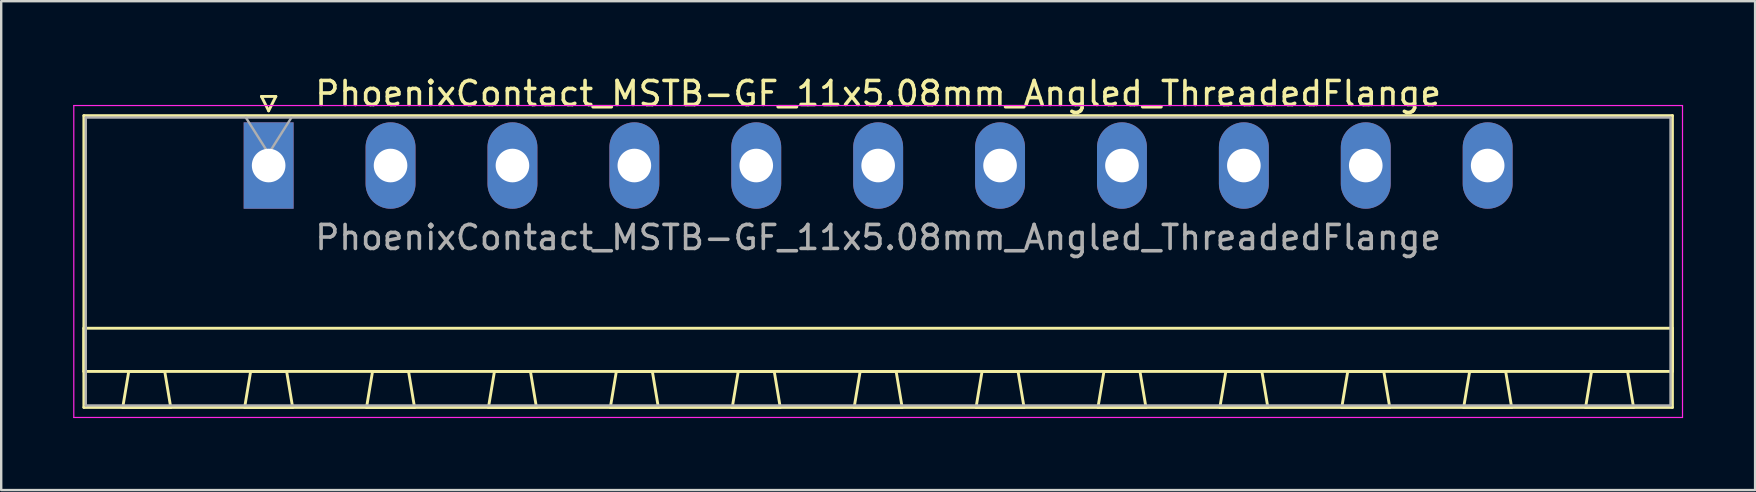
<source format=kicad_pcb>
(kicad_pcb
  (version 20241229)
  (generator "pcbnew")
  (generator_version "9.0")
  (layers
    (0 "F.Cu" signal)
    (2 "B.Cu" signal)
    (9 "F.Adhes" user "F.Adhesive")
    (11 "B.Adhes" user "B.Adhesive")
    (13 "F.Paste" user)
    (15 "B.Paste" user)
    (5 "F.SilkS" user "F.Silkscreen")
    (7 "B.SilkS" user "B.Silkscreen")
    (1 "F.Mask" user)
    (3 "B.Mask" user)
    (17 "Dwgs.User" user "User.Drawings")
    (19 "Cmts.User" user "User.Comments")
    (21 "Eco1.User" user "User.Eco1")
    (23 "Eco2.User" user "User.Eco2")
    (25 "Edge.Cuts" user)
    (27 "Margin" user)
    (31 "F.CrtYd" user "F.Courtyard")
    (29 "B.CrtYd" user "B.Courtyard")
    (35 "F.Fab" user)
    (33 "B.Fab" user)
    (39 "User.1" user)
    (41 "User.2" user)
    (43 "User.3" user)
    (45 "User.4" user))
  (footprint "PhoenixContact_MSTB-GF_11x5.08mm_Angled_ThreadedFlange"
    (layer "F.Cu")
    (at 8.145 3.848)
    (property "Reference" "PhoenixContact_MSTB-GF_11x5.08mm_Angled_ThreadedFlange" (at 25.4 -3 0) (layer "F.SilkS") (effects (font (size 1 1) (thickness 0.15))))
    (attr through_hole)
    (fp_line (start -7.7 -2.08) (end -7.7 10.08) (stroke (width 0.12) (type solid)) (layer "F.SilkS"))
    (fp_line (start -7.7 6.78) (end 58.5 6.78) (stroke (width 0.12) (type solid)) (layer "F.SilkS"))
    (fp_line (start -7.7 8.58) (end -7.7 6.78) (stroke (width 0.12) (type solid)) (layer "F.SilkS"))
    (fp_line (start -7.7 10.08) (end 58.5 10.08) (stroke (width 0.12) (type solid)) (layer "F.SilkS"))
    (fp_line (start -6.08 10.08) (end -4.08 10.08) (stroke (width 0.12) (type solid)) (layer "F.SilkS"))
    (fp_line (start -5.83 8.58) (end -6.08 10.08) (stroke (width 0.12) (type solid)) (layer "F.SilkS"))
    (fp_line (start -4.33 8.58) (end -5.83 8.58) (stroke (width 0.12) (type solid)) (layer "F.SilkS"))
    (fp_line (start -4.08 10.08) (end -4.33 8.58) (stroke (width 0.12) (type solid)) (layer "F.SilkS"))
    (fp_line (start -1 10.08) (end 1 10.08) (stroke (width 0.12) (type solid)) (layer "F.SilkS"))
    (fp_line (start -0.75 8.58) (end -1 10.08) (stroke (width 0.12) (type solid)) (layer "F.SilkS"))
    (fp_line (start -0.3 -2.88) (end 0.3 -2.88) (stroke (width 0.12) (type solid)) (layer "F.SilkS"))
    (fp_line (start 0 -2.28) (end -0.3 -2.88) (stroke (width 0.12) (type solid)) (layer "F.SilkS"))
    (fp_line (start 0.3 -2.88) (end 0 -2.28) (stroke (width 0.12) (type solid)) (layer "F.SilkS"))
    (fp_line (start 0.75 8.58) (end -0.75 8.58) (stroke (width 0.12) (type solid)) (layer "F.SilkS"))
    (fp_line (start 1 10.08) (end 0.75 8.58) (stroke (width 0.12) (type solid)) (layer "F.SilkS"))
    (fp_line (start 4.08 10.08) (end 6.08 10.08) (stroke (width 0.12) (type solid)) (layer "F.SilkS"))
    (fp_line (start 4.33 8.58) (end 4.08 10.08) (stroke (width 0.12) (type solid)) (layer "F.SilkS"))
    (fp_line (start 5.83 8.58) (end 4.33 8.58) (stroke (width 0.12) (type solid)) (layer "F.SilkS"))
    (fp_line (start 6.08 10.08) (end 5.83 8.58) (stroke (width 0.12) (type solid)) (layer "F.SilkS"))
    (fp_line (start 9.16 10.08) (end 11.16 10.08) (stroke (width 0.12) (type solid)) (layer "F.SilkS"))
    (fp_line (start 9.41 8.58) (end 9.16 10.08) (stroke (width 0.12) (type solid)) (layer "F.SilkS"))
    (fp_line (start 10.91 8.58) (end 9.41 8.58) (stroke (width 0.12) (type solid)) (layer "F.SilkS"))
    (fp_line (start 11.16 10.08) (end 10.91 8.58) (stroke (width 0.12) (type solid)) (layer "F.SilkS"))
    (fp_line (start 14.24 10.08) (end 16.24 10.08) (stroke (width 0.12) (type solid)) (layer "F.SilkS"))
    (fp_line (start 14.49 8.58) (end 14.24 10.08) (stroke (width 0.12) (type solid)) (layer "F.SilkS"))
    (fp_line (start 15.99 8.58) (end 14.49 8.58) (stroke (width 0.12) (type solid)) (layer "F.SilkS"))
    (fp_line (start 16.24 10.08) (end 15.99 8.58) (stroke (width 0.12) (type solid)) (layer "F.SilkS"))
    (fp_line (start 19.32 10.08) (end 21.32 10.08) (stroke (width 0.12) (type solid)) (layer "F.SilkS"))
    (fp_line (start 19.57 8.58) (end 19.32 10.08) (stroke (width 0.12) (type solid)) (layer "F.SilkS"))
    (fp_line (start 21.07 8.58) (end 19.57 8.58) (stroke (width 0.12) (type solid)) (layer "F.SilkS"))
    (fp_line (start 21.32 10.08) (end 21.07 8.58) (stroke (width 0.12) (type solid)) (layer "F.SilkS"))
    (fp_line (start 24.4 10.08) (end 26.4 10.08) (stroke (width 0.12) (type solid)) (layer "F.SilkS"))
    (fp_line (start 24.65 8.58) (end 24.4 10.08) (stroke (width 0.12) (type solid)) (layer "F.SilkS"))
    (fp_line (start 26.15 8.58) (end 24.65 8.58) (stroke (width 0.12) (type solid)) (layer "F.SilkS"))
    (fp_line (start 26.4 10.08) (end 26.15 8.58) (stroke (width 0.12) (type solid)) (layer "F.SilkS"))
    (fp_line (start 29.48 10.08) (end 31.48 10.08) (stroke (width 0.12) (type solid)) (layer "F.SilkS"))
    (fp_line (start 29.73 8.58) (end 29.48 10.08) (stroke (width 0.12) (type solid)) (layer "F.SilkS"))
    (fp_line (start 31.23 8.58) (end 29.73 8.58) (stroke (width 0.12) (type solid)) (layer "F.SilkS"))
    (fp_line (start 31.48 10.08) (end 31.23 8.58) (stroke (width 0.12) (type solid)) (layer "F.SilkS"))
    (fp_line (start 34.56 10.08) (end 36.56 10.08) (stroke (width 0.12) (type solid)) (layer "F.SilkS"))
    (fp_line (start 34.81 8.58) (end 34.56 10.08) (stroke (width 0.12) (type solid)) (layer "F.SilkS"))
    (fp_line (start 36.31 8.58) (end 34.81 8.58) (stroke (width 0.12) (type solid)) (layer "F.SilkS"))
    (fp_line (start 36.56 10.08) (end 36.31 8.58) (stroke (width 0.12) (type solid)) (layer "F.SilkS"))
    (fp_line (start 39.64 10.08) (end 41.64 10.08) (stroke (width 0.12) (type solid)) (layer "F.SilkS"))
    (fp_line (start 39.89 8.58) (end 39.64 10.08) (stroke (width 0.12) (type solid)) (layer "F.SilkS"))
    (fp_line (start 41.39 8.58) (end 39.89 8.58) (stroke (width 0.12) (type solid)) (layer "F.SilkS"))
    (fp_line (start 41.64 10.08) (end 41.39 8.58) (stroke (width 0.12) (type solid)) (layer "F.SilkS"))
    (fp_line (start 44.72 10.08) (end 46.72 10.08) (stroke (width 0.12) (type solid)) (layer "F.SilkS"))
    (fp_line (start 44.97 8.58) (end 44.72 10.08) (stroke (width 0.12) (type solid)) (layer "F.SilkS"))
    (fp_line (start 46.47 8.58) (end 44.97 8.58) (stroke (width 0.12) (type solid)) (layer "F.SilkS"))
    (fp_line (start 46.72 10.08) (end 46.47 8.58) (stroke (width 0.12) (type solid)) (layer "F.SilkS"))
    (fp_line (start 49.8 10.08) (end 51.8 10.08) (stroke (width 0.12) (type solid)) (layer "F.SilkS"))
    (fp_line (start 50.05 8.58) (end 49.8 10.08) (stroke (width 0.12) (type solid)) (layer "F.SilkS"))
    (fp_line (start 51.55 8.58) (end 50.05 8.58) (stroke (width 0.12) (type solid)) (layer "F.SilkS"))
    (fp_line (start 51.8 10.08) (end 51.55 8.58) (stroke (width 0.12) (type solid)) (layer "F.SilkS"))
    (fp_line (start 54.88 10.08) (end 56.88 10.08) (stroke (width 0.12) (type solid)) (layer "F.SilkS"))
    (fp_line (start 55.13 8.58) (end 54.88 10.08) (stroke (width 0.12) (type solid)) (layer "F.SilkS"))
    (fp_line (start 56.63 8.58) (end 55.13 8.58) (stroke (width 0.12) (type solid)) (layer "F.SilkS"))
    (fp_line (start 56.88 10.08) (end 56.63 8.58) (stroke (width 0.12) (type solid)) (layer "F.SilkS"))
    (fp_line (start 58.5 -2.08) (end -7.7 -2.08) (stroke (width 0.12) (type solid)) (layer "F.SilkS"))
    (fp_line (start 58.5 6.78) (end 58.5 8.58) (stroke (width 0.12) (type solid)) (layer "F.SilkS"))
    (fp_line (start 58.5 8.58) (end -7.7 8.58) (stroke (width 0.12) (type solid)) (layer "F.SilkS"))
    (fp_line (start 58.5 10.08) (end 58.5 -2.08) (stroke (width 0.12) (type solid)) (layer "F.SilkS"))
    (fp_line (start -8.12 -2.5) (end -8.12 10.5) (stroke (width 0.05) (type solid)) (layer "F.CrtYd"))
    (fp_line (start -8.12 10.5) (end 58.92 10.5) (stroke (width 0.05) (type solid)) (layer "F.CrtYd"))
    (fp_line (start 58.92 -2.5) (end -8.12 -2.5) (stroke (width 0.05) (type solid)) (layer "F.CrtYd"))
    (fp_line (start 58.92 10.5) (end 58.92 -2.5) (stroke (width 0.05) (type solid)) (layer "F.CrtYd"))
    (fp_line (start -7.62 -2) (end -7.62 10) (stroke (width 0.1) (type solid)) (layer "F.Fab"))
    (fp_line (start -7.62 10) (end 58.42 10) (stroke (width 0.1) (type solid)) (layer "F.Fab"))
    (fp_line (start 0 -0.5) (end -0.95 -2) (stroke (width 0.1) (type solid)) (layer "F.Fab"))
    (fp_line (start 0.95 -2) (end 0 -0.5) (stroke (width 0.1) (type solid)) (layer "F.Fab"))
    (fp_line (start 58.42 -2) (end -7.62 -2) (stroke (width 0.1) (type solid)) (layer "F.Fab"))
    (fp_line (start 58.42 10) (end 58.42 -2) (stroke (width 0.1) (type solid)) (layer "F.Fab"))
    (fp_text user "${REFERENCE}" (at 25.4 3 0) (layer "F.Fab") (effects (font (size 1 1) (thickness 0.15))))
    (pad "1" thru_hole rect (at 0 0) (size 2.08 3.6) (drill 1.4) (layers "*.Cu" "*.Mask"))
    (pad "2" thru_hole oval (at 5.08 0) (size 2.08 3.6) (drill 1.4) (layers "*.Cu" "*.Mask"))
    (pad "3" thru_hole oval (at 10.16 0) (size 2.08 3.6) (drill 1.4) (layers "*.Cu" "*.Mask"))
    (pad "4" thru_hole oval (at 15.24 0) (size 2.08 3.6) (drill 1.4) (layers "*.Cu" "*.Mask"))
    (pad "5" thru_hole oval (at 20.32 0) (size 2.08 3.6) (drill 1.4) (layers "*.Cu" "*.Mask"))
    (pad "6" thru_hole oval (at 25.4 0) (size 2.08 3.6) (drill 1.4) (layers "*.Cu" "*.Mask"))
    (pad "7" thru_hole oval (at 30.48 0) (size 2.08 3.6) (drill 1.4) (layers "*.Cu" "*.Mask"))
    (pad "8" thru_hole oval (at 35.56 0) (size 2.08 3.6) (drill 1.4) (layers "*.Cu" "*.Mask"))
    (pad "9" thru_hole oval (at 40.64 0) (size 2.08 3.6) (drill 1.4) (layers "*.Cu" "*.Mask"))
    (pad "10" thru_hole oval (at 45.72 0) (size 2.08 3.6) (drill 1.4) (layers "*.Cu" "*.Mask"))
    (pad "11" thru_hole oval (at 50.8 0) (size 2.08 3.6) (drill 1.4) (layers "*.Cu" "*.Mask")))
  (gr_rect
    (start -3 -3)
    (end 70.09 17.373)
    (stroke (width 0.1) (type default))
    (fill no)
    (layer "Edge.Cuts")))
</source>
